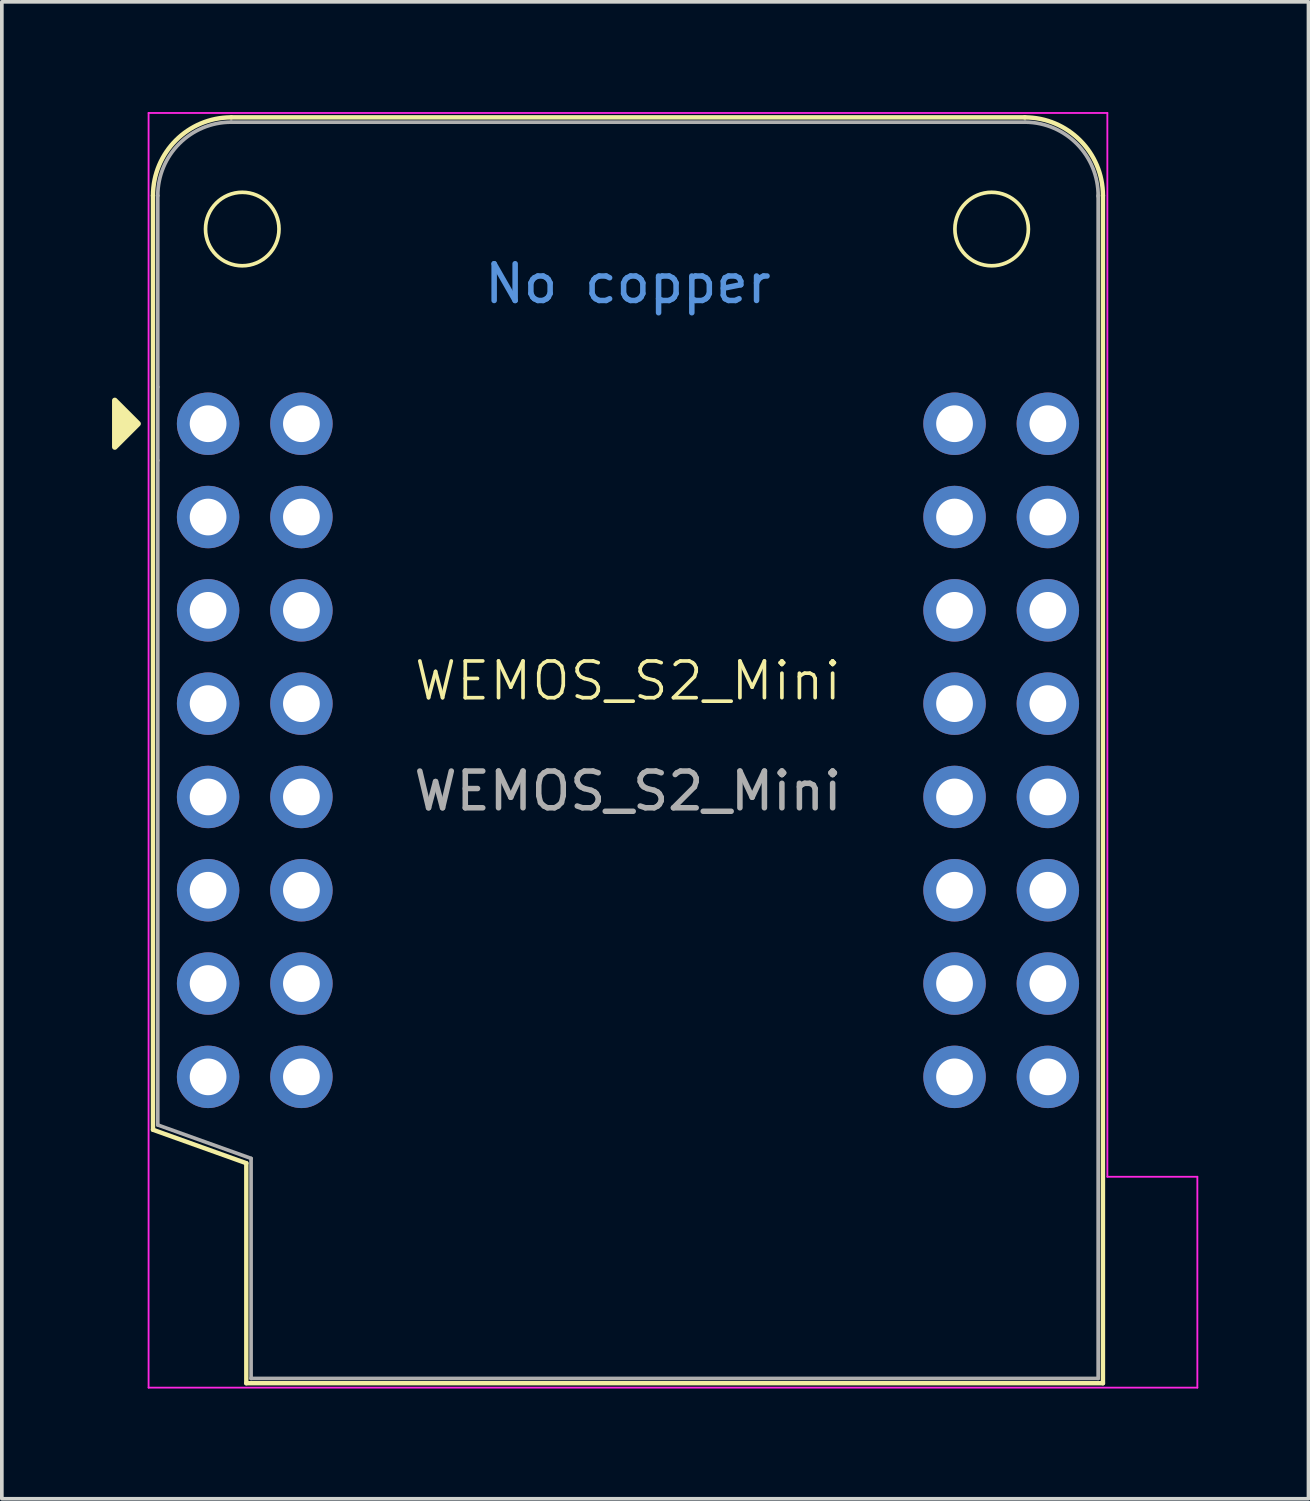
<source format=kicad_pcb>
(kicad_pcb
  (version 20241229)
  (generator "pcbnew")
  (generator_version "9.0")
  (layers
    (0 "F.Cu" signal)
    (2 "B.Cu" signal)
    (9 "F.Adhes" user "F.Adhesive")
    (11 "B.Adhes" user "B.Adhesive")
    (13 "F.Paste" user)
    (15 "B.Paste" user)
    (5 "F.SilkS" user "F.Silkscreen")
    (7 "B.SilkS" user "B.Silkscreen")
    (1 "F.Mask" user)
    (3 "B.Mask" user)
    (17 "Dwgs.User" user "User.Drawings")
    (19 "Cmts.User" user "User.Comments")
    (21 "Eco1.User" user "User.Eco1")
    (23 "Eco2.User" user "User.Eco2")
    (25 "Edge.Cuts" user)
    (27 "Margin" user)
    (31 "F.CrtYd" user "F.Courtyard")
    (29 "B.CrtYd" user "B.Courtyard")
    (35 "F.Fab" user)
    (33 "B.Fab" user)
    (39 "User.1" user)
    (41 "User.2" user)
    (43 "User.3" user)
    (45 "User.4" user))
  (footprint "WEMOS_S2_Mini"
    (layer "F.Cu")
    (at 14.045 15.985)
    (property "Reference" "WEMOS_S2_Mini" (at 0 -0.5 0) (unlocked yes) (layer "F.SilkS") (effects (font (size 1 1) (thickness 0.1))))
    (attr smd)
    (fp_line (start -12.93 11.72) (end -12.93 -13.71) (stroke (width 0.12) (type solid)) (layer "F.SilkS"))
    (fp_line (start -12.93 11.72) (end -10.39 12.63) (stroke (width 0.12) (type solid)) (layer "F.SilkS"))
    (fp_line (start -10.39 12.63) (end -10.39 18.62) (stroke (width 0.12) (type solid)) (layer "F.SilkS"))
    (fp_line (start -10.39 18.62) (end 12.93 18.62) (stroke (width 0.12) (type solid)) (layer "F.SilkS"))
    (fp_line (start 10.81 -15.84) (end -10.8 -15.84) (stroke (width 0.12) (type solid)) (layer "F.SilkS"))
    (fp_line (start 12.93 18.62) (end 12.93 -13.71) (stroke (width 0.12) (type solid)) (layer "F.SilkS"))
    (fp_arc (start -12.93 -13.71) (mid -12.306137 -15.216137) (end -10.8 -15.84) (stroke (width 0.12) (type solid)) (layer "F.SilkS"))
    (fp_arc (start 10.8 -15.84) (mid 12.306137 -15.216137) (end 12.93 -13.71) (stroke (width 0.12) (type solid)) (layer "F.SilkS"))
    (fp_circle (center -10.5 -12.8) (end -9.5 -12.8) (stroke (width 0.1) (type default)) (fill no) (layer "F.SilkS"))
    (fp_circle (center 9.9 -12.8) (end 10.9 -12.8) (stroke (width 0.1) (type default)) (fill no) (layer "F.SilkS"))
    (fp_poly (pts (xy -13.97 -8.135) (xy -13.97 -6.865) (xy -13.335 -7.5)) (stroke (width 0.15) (type solid)) (fill yes) (layer "F.SilkS"))
    (fp_line (start -13.05 -15.96) (end 13.05 -15.96) (stroke (width 0.05) (type solid)) (layer "F.CrtYd"))
    (fp_line (start -13.05 18.74) (end -13.05 -15.96) (stroke (width 0.05) (type solid)) (layer "F.CrtYd"))
    (fp_line (start 13.05 -15.96) (end 13.05 13) (stroke (width 0.05) (type solid)) (layer "F.CrtYd"))
    (fp_line (start 13.05 13) (end 15.5 13) (stroke (width 0.05) (type default)) (layer "F.CrtYd"))
    (fp_line (start 15.5 18.74) (end -13.05 18.74) (stroke (width 0.05) (type solid)) (layer "F.CrtYd"))
    (fp_line (start 15.5 18.74) (end 15.5 13) (stroke (width 0.05) (type default)) (layer "F.CrtYd"))
    (fp_line (start -12.8 -13.71) (end -12.8 -8.5) (stroke (width 0.1) (type solid)) (layer "F.Fab"))
    (fp_line (start -12.8 -6.5) (end -12.8 -8.5) (stroke (width 0.1) (type solid)) (layer "F.Fab"))
    (fp_line (start -12.8 -6.5) (end -12.8 11.59) (stroke (width 0.1) (type solid)) (layer "F.Fab"))
    (fp_line (start -12.8 11.59) (end -10.26 12.5) (stroke (width 0.1) (type solid)) (layer "F.Fab"))
    (fp_line (start -10.26 12.5) (end -10.26 18.49) (stroke (width 0.1) (type solid)) (layer "F.Fab"))
    (fp_line (start -10.26 18.49) (end 12.8 18.49) (stroke (width 0.1) (type solid)) (layer "F.Fab"))
    (fp_line (start 10.8 -15.71) (end -10.8 -15.71) (stroke (width 0.1) (type solid)) (layer "F.Fab"))
    (fp_line (start 12.8 18.49) (end 12.8 -13.71) (stroke (width 0.1) (type solid)) (layer "F.Fab"))
    (fp_arc (start -12.8 -13.71) (mid -12.214214 -15.124214) (end -10.8 -15.71) (stroke (width 0.1) (type solid)) (layer "F.Fab"))
    (fp_arc (start 10.82 -15.71) (mid 12.228356 -15.110071) (end 12.8 -13.69) (stroke (width 0.1) (type solid)) (layer "F.Fab"))
    (fp_text user "No copper" (at 0 -11.31 0) (layer "Cmts.User") (effects (font (size 1 1) (thickness 0.15))))
    (fp_text user "${REFERENCE}" (at 0 2.5 0) (layer "F.Fab") (effects (font (size 1 1) (thickness 0.15))))
    (pad "1" thru_hole oval (at -11.43 -7.5) (size 1.7 1.7) (drill 1) (layers "*.Cu" "*.Mask"))
    (pad "2" thru_hole oval (at -11.43 -4.96) (size 1.7 1.7) (drill 1) (layers "*.Cu" "*.Mask"))
    (pad "3" thru_hole oval (at -11.43 -2.42) (size 1.7 1.7) (drill 1) (layers "*.Cu" "*.Mask"))
    (pad "4" thru_hole oval (at -11.43 0.12) (size 1.7 1.7) (drill 1) (layers "*.Cu" "*.Mask"))
    (pad "5" thru_hole oval (at -11.43 2.66) (size 1.7 1.7) (drill 1) (layers "*.Cu" "*.Mask"))
    (pad "6" thru_hole oval (at -11.43 5.2) (size 1.7 1.7) (drill 1) (layers "*.Cu" "*.Mask"))
    (pad "7" thru_hole oval (at -11.43 7.74) (size 1.7 1.7) (drill 1) (layers "*.Cu" "*.Mask"))
    (pad "8" thru_hole oval (at -11.43 10.28) (size 1.7 1.7) (drill 1) (layers "*.Cu" "*.Mask"))
    (pad "9" thru_hole oval (at -8.89 -7.5) (size 1.7 1.7) (drill 1) (layers "*.Cu" "*.Mask"))
    (pad "10" thru_hole oval (at -8.89 -4.96) (size 1.7 1.7) (drill 1) (layers "*.Cu" "*.Mask"))
    (pad "11" thru_hole oval (at -8.89 -2.42) (size 1.7 1.7) (drill 1) (layers "*.Cu" "*.Mask"))
    (pad "12" thru_hole oval (at -8.89 0.12) (size 1.7 1.7) (drill 1) (layers "*.Cu" "*.Mask"))
    (pad "13" thru_hole oval (at -8.89 2.66) (size 1.7 1.7) (drill 1) (layers "*.Cu" "*.Mask"))
    (pad "14" thru_hole oval (at -8.89 5.2) (size 1.7 1.7) (drill 1) (layers "*.Cu" "*.Mask"))
    (pad "15" thru_hole oval (at -8.89 7.74) (size 1.7 1.7) (drill 1) (layers "*.Cu" "*.Mask"))
    (pad "16" thru_hole oval (at -8.89 10.28) (size 1.7 1.7) (drill 1) (layers "*.Cu" "*.Mask"))
    (pad "17" thru_hole circle (at 8.89 -7.5) (size 1.7 1.7) (drill 1) (layers "*.Cu" "*.Mask"))
    (pad "18" thru_hole oval (at 8.89 -4.96) (size 1.7 1.7) (drill 1) (layers "*.Cu" "*.Mask"))
    (pad "19" thru_hole oval (at 8.89 -2.42) (size 1.7 1.7) (drill 1) (layers "*.Cu" "*.Mask"))
    (pad "20" thru_hole oval (at 8.89 0.12) (size 1.7 1.7) (drill 1) (layers "*.Cu" "*.Mask"))
    (pad "21" thru_hole oval (at 8.89 2.66) (size 1.7 1.7) (drill 1) (layers "*.Cu" "*.Mask"))
    (pad "22" thru_hole oval (at 8.89 5.2) (size 1.7 1.7) (drill 1) (layers "*.Cu" "*.Mask"))
    (pad "23" thru_hole oval (at 8.89 7.74) (size 1.7 1.7) (drill 1) (layers "*.Cu" "*.Mask"))
    (pad "24" thru_hole oval (at 8.89 10.28) (size 1.7 1.7) (drill 1) (layers "*.Cu" "*.Mask"))
    (pad "25" thru_hole oval (at 11.43 -7.5) (size 1.7 1.7) (drill 1) (layers "*.Cu" "*.Mask"))
    (pad "26" thru_hole oval (at 11.43 -4.96) (size 1.7 1.7) (drill 1) (layers "*.Cu" "*.Mask"))
    (pad "27" thru_hole oval (at 11.43 -2.42) (size 1.7 1.7) (drill 1) (layers "*.Cu" "*.Mask"))
    (pad "28" thru_hole oval (at 11.43 0.12) (size 1.7 1.7) (drill 1) (layers "*.Cu" "*.Mask"))
    (pad "29" thru_hole oval (at 11.43 2.66) (size 1.7 1.7) (drill 1) (layers "*.Cu" "*.Mask"))
    (pad "30" thru_hole oval (at 11.43 5.2) (size 1.7 1.7) (drill 1) (layers "*.Cu" "*.Mask"))
    (pad "31" thru_hole oval (at 11.43 7.74) (size 1.7 1.7) (drill 1) (layers "*.Cu" "*.Mask"))
    (pad "32" thru_hole oval (at 11.43 10.28) (size 1.7 1.7) (drill 1) (layers "*.Cu" "*.Mask"))
    (zone (net_name "") (layers "F.Cu" "B.Cu" "Dwgs.User") (name "No Copper") (hatch edge 0.5) (connect_pads) (min_thickness 0.25) (filled_areas_thickness no) (keepout (tracks not_allowed) (vias not_allowed) (pads not_allowed) (copperpour not_allowed) (footprints not_allowed)) (placement (enabled no)) (fill) (polygon (pts (xy 1.265 0.285) (xy 26.865 0.285) (xy 26.865 7.085) (xy 1.265 7.085)))))
  (gr_rect
    (start -3 -3)
    (end 32.57 37.75)
    (stroke (width 0.1) (type default))
    (fill no)
    (layer "Edge.Cuts")))
</source>
